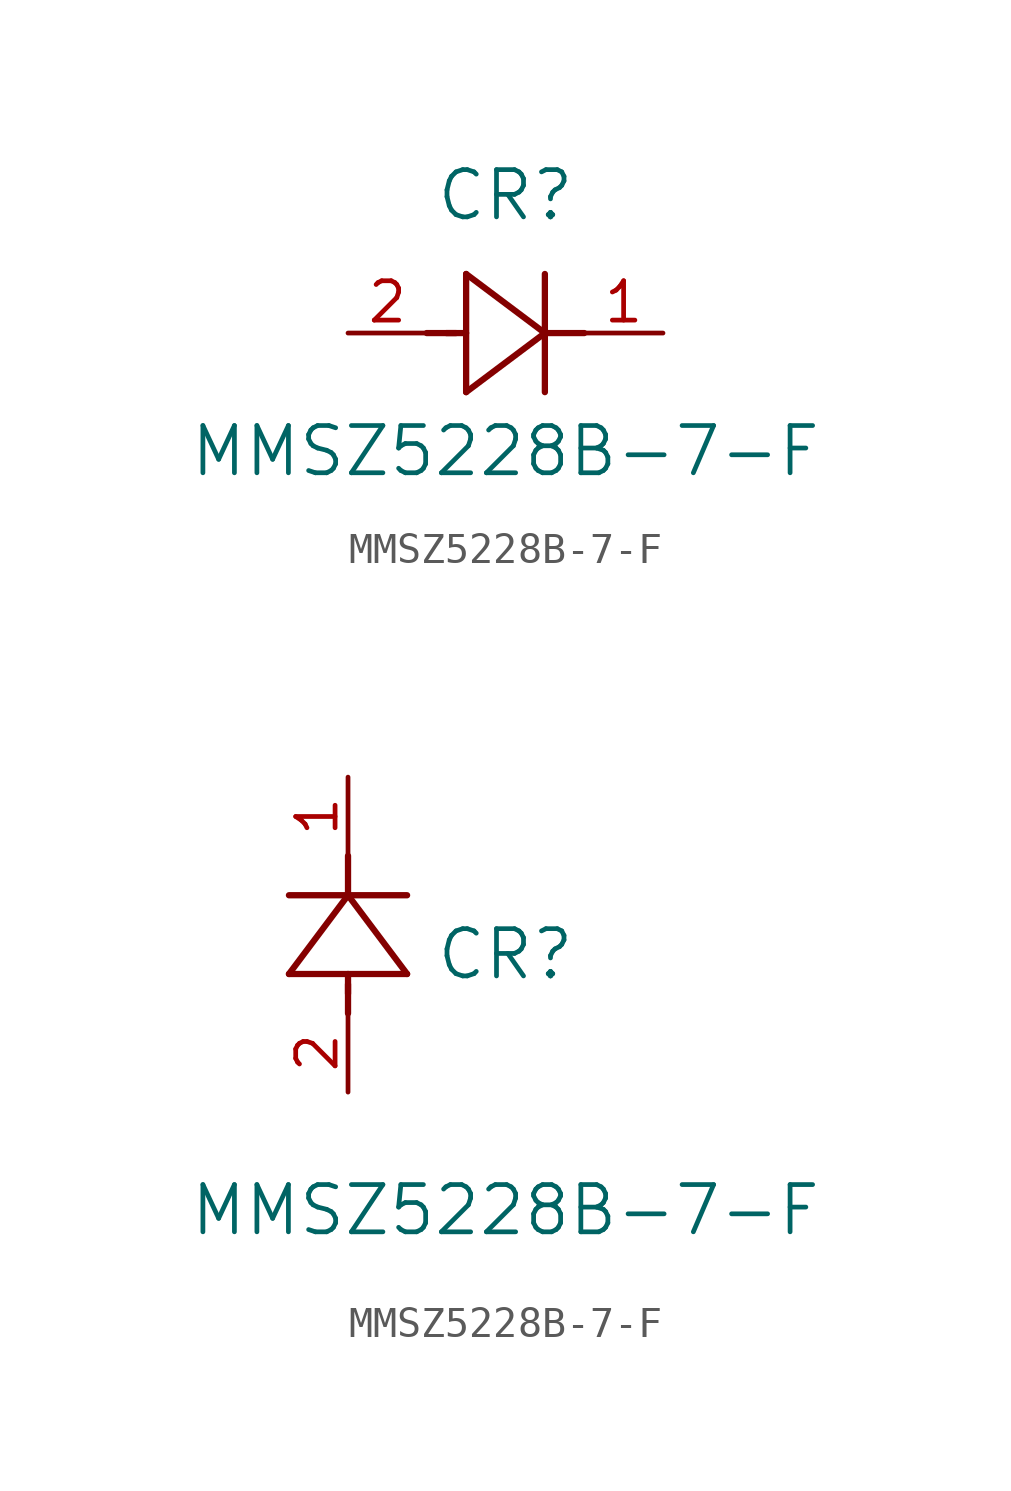
<source format=kicad_sym>
(kicad_symbol_lib
  (version 20211014)
  (generator kicad_symbol_editor)
  (symbol "MMSZ5228B-7-F"
    (pin_names
      (offset 0.254))
    (property "Reference" "CR"
      (at 5.08 4.445 0)
      (effects (font (size 1.524 1.524))))
    (property "Value" "MMSZ5228B-7-F"
      (at 5.08 -3.81 0)
      (effects (font (size 1.524 1.524))))
    (symbol "MMSZ5228B-7-F_1_1"
      (polyline (pts (xy 2.54 0) (xy 3.48 0)) (stroke (width 0.203) (type default) (color 0 0 0 0)) (fill (type none)))
      (polyline (pts (xy 3.81 1.905) (xy 3.81 -1.905)) (stroke (width 0.203) (type default) (color 0 0 0 0)) (fill (type none)))
      (polyline (pts (xy 3.175 0) (xy 3.81 0)) (stroke (width 0.203) (type default) (color 0 0 0 0)) (fill (type none)))
      (polyline (pts (xy 6.35 -1.905) (xy 6.35 1.905)) (stroke (width 0.203) (type default) (color 0 0 0 0)) (fill (type none)))
      (polyline (pts (xy 6.35 0) (xy 7.62 0)) (stroke (width 0.203) (type default) (color 0 0 0 0)) (fill (type none)))
      (polyline (pts (xy 6.35 0) (xy 3.81 1.905)) (stroke (width 0.203) (type default) (color 0 0 0 0)) (fill (type none)))
      (polyline (pts (xy 3.81 -1.905) (xy 6.35 0)) (stroke (width 0.203) (type default) (color 0 0 0 0)) (fill (type none)))
      (pin unspecified line (at 0 0 0) (length 2.54) (name "" (effects (font (size 1.27 1.27)))) (number "2" (effects (font (size 1.27 1.27)))))
      (pin unspecified line (at 10.16 0 180) (length 2.54) (name "" (effects (font (size 1.27 1.27)))) (number "1" (effects (font (size 1.27 1.27))))))
    (symbol "MMSZ5228B-7-F_1_2"
      (polyline (pts (xy 0 2.54) (xy 0 3.48)) (stroke (width 0.203) (type default) (color 0 0 0 0)) (fill (type none)))
      (polyline (pts (xy -1.905 3.81) (xy 1.905 3.81)) (stroke (width 0.203) (type default) (color 0 0 0 0)) (fill (type none)))
      (polyline (pts (xy 0 3.175) (xy 0 3.81)) (stroke (width 0.203) (type default) (color 0 0 0 0)) (fill (type none)))
      (polyline (pts (xy 1.905 6.35) (xy -1.905 6.35)) (stroke (width 0.203) (type default) (color 0 0 0 0)) (fill (type none)))
      (polyline (pts (xy 0 6.35) (xy 0 7.62)) (stroke (width 0.203) (type default) (color 0 0 0 0)) (fill (type none)))
      (polyline (pts (xy 0 6.35) (xy -1.905 3.81)) (stroke (width 0.203) (type default) (color 0 0 0 0)) (fill (type none)))
      (polyline (pts (xy 1.905 3.81) (xy 0 6.35)) (stroke (width 0.203) (type default) (color 0 0 0 0)) (fill (type none)))
      (pin unspecified line (at 0 0 90) (length 2.54) (name "" (effects (font (size 1.27 1.27)))) (number "2" (effects (font (size 1.27 1.27)))))
      (pin unspecified line (at 0 10.16 270) (length 2.54) (name "" (effects (font (size 1.27 1.27)))) (number "1" (effects (font (size 1.27 1.27))))))))
</source>
